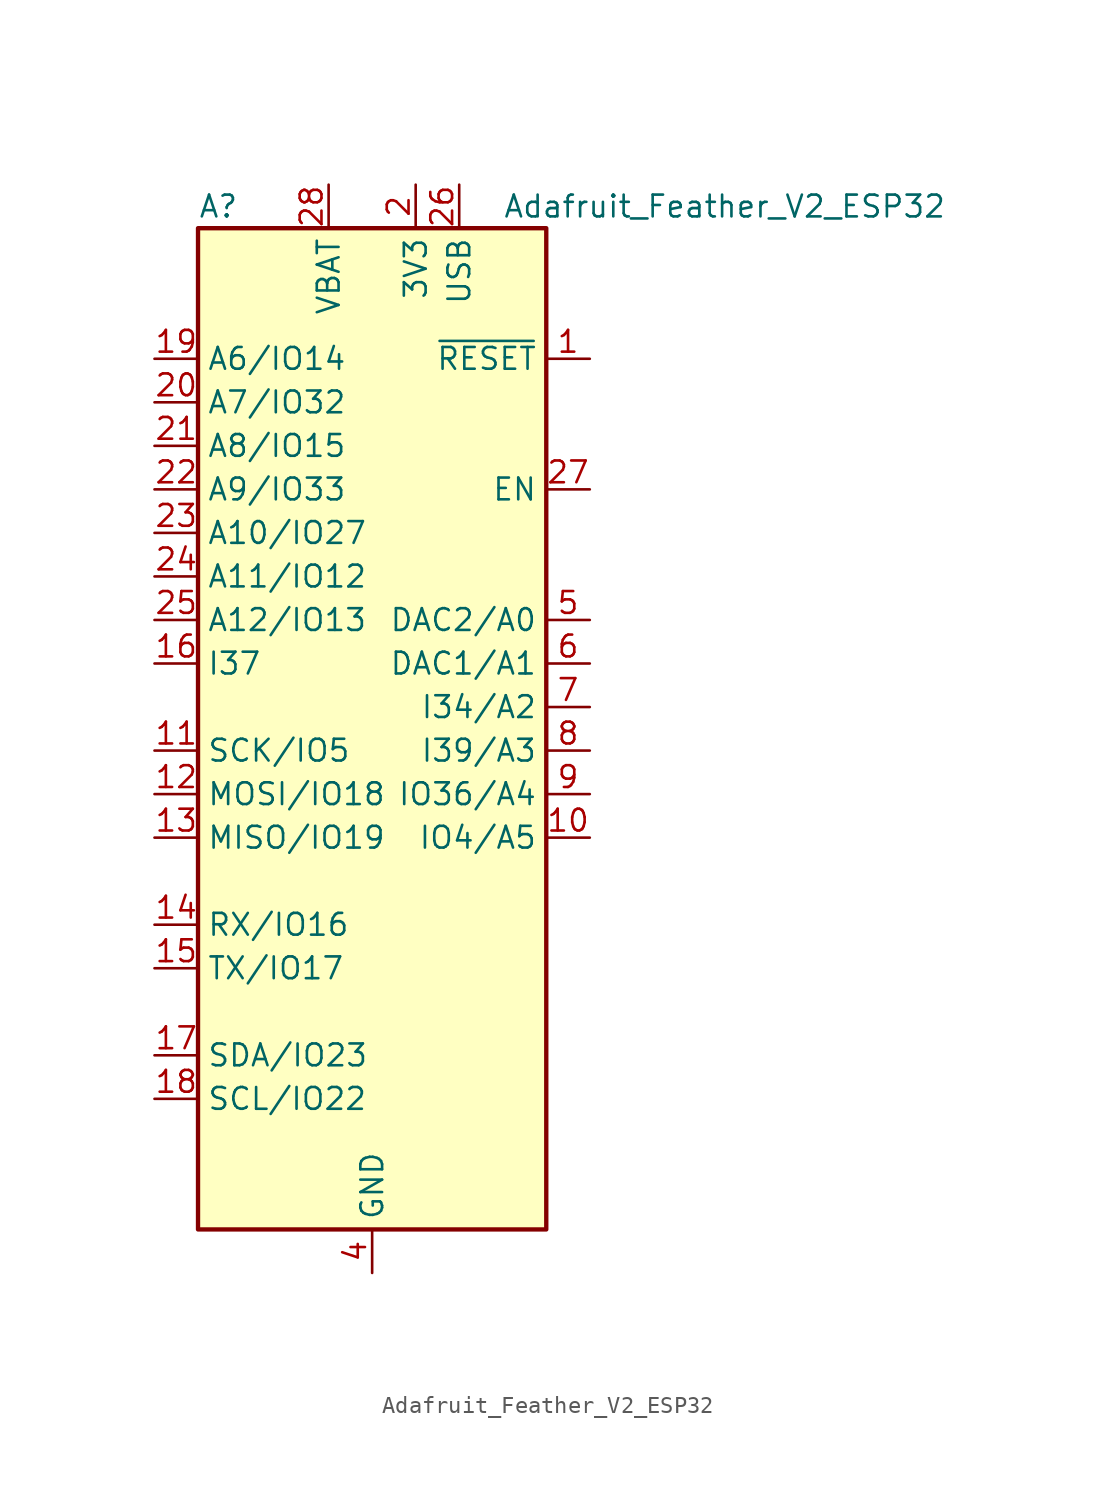
<source format=kicad_sym>
(kicad_symbol_lib
  (version 20211014)
  (generator kicad_symbol_editor)
  (symbol "Adafruit_Feather_V2_ESP32"
    (property "Reference" "A"
      (at -10.16 29.21 0)
      (effects (font (size 1.27 1.27)) (justify left)))
    (property "Value" "Adafruit_Feather_V2_ESP32"
      (at 7.62 29.21 0)
      (effects (font (size 1.27 1.27)) (justify left)))
    (symbol "Adafruit_Feather_V2_ESP32_0_1"
      (rectangle (start -10.16 27.94) (end 10.16 -30.48) (stroke (width 0.254) (type default) (color 0 0 0 0)) (fill (type background))))
    (symbol "Adafruit_Feather_V2_ESP32_1_1"
      (pin input line (at 12.7 20.32 180) (length 2.54) (name "~{RESET}" (effects (font (size 1.27 1.27)))) (number "1" (effects (font (size 1.27 1.27)))))
      (pin bidirectional line (at 12.7 -7.62 180) (length 2.54) (name "IO4/A5" (effects (font (size 1.27 1.27)))) (number "10" (effects (font (size 1.27 1.27)))))
      (pin bidirectional line (at -12.7 -2.54 0) (length 2.54) (name "SCK/IO5" (effects (font (size 1.27 1.27)))) (number "11" (effects (font (size 1.27 1.27)))))
      (pin bidirectional line (at -12.7 -5.08 0) (length 2.54) (name "MOSI/IO18" (effects (font (size 1.27 1.27)))) (number "12" (effects (font (size 1.27 1.27)))))
      (pin bidirectional line (at -12.7 -7.62 0) (length 2.54) (name "MISO/IO19" (effects (font (size 1.27 1.27)))) (number "13" (effects (font (size 1.27 1.27)))))
      (pin bidirectional line (at -12.7 -12.7 0) (length 2.54) (name "RX/IO16" (effects (font (size 1.27 1.27)))) (number "14" (effects (font (size 1.27 1.27)))))
      (pin bidirectional line (at -12.7 -15.24 0) (length 2.54) (name "TX/IO17" (effects (font (size 1.27 1.27)))) (number "15" (effects (font (size 1.27 1.27)))))
      (pin bidirectional line (at -12.7 2.54 0) (length 2.54) (name "I37" (effects (font (size 1.27 1.27)))) (number "16" (effects (font (size 1.27 1.27)))))
      (pin bidirectional line (at -12.7 -20.32 0) (length 2.54) (name "SDA/IO23" (effects (font (size 1.27 1.27)))) (number "17" (effects (font (size 1.27 1.27)))))
      (pin bidirectional line (at -12.7 -22.86 0) (length 2.54) (name "SCL/IO22" (effects (font (size 1.27 1.27)))) (number "18" (effects (font (size 1.27 1.27)))))
      (pin bidirectional line (at -12.7 20.32 0) (length 2.54) (name "A6/IO14" (effects (font (size 1.27 1.27)))) (number "19" (effects (font (size 1.27 1.27)))))
      (pin power_in line (at 2.54 30.48 270) (length 2.54) (name "3V3" (effects (font (size 1.27 1.27)))) (number "2" (effects (font (size 1.27 1.27)))))
      (pin bidirectional line (at -12.7 17.78 0) (length 2.54) (name "A7/IO32" (effects (font (size 1.27 1.27)))) (number "20" (effects (font (size 1.27 1.27)))))
      (pin bidirectional line (at -12.7 15.24 0) (length 2.54) (name "A8/IO15" (effects (font (size 1.27 1.27)))) (number "21" (effects (font (size 1.27 1.27)))))
      (pin bidirectional line (at -12.7 12.7 0) (length 2.54) (name "A9/IO33" (effects (font (size 1.27 1.27)))) (number "22" (effects (font (size 1.27 1.27)))))
      (pin bidirectional line (at -12.7 10.16 0) (length 2.54) (name "A10/IO27" (effects (font (size 1.27 1.27)))) (number "23" (effects (font (size 1.27 1.27)))))
      (pin bidirectional line (at -12.7 7.62 0) (length 2.54) (name "A11/IO12" (effects (font (size 1.27 1.27)))) (number "24" (effects (font (size 1.27 1.27)))))
      (pin bidirectional line (at -12.7 5.08 0) (length 2.54) (name "A12/IO13" (effects (font (size 1.27 1.27)))) (number "25" (effects (font (size 1.27 1.27)))))
      (pin power_in line (at 5.08 30.48 270) (length 2.54) (name "USB" (effects (font (size 1.27 1.27)))) (number "26" (effects (font (size 1.27 1.27)))))
      (pin input line (at 12.7 12.7 180) (length 2.54) (name "EN" (effects (font (size 1.27 1.27)))) (number "27" (effects (font (size 1.27 1.27)))))
      (pin power_in line (at -2.54 30.48 270) (length 2.54) (name "VBAT" (effects (font (size 1.27 1.27)))) (number "28" (effects (font (size 1.27 1.27)))))
      (pin no_connect line (at 10.16 10.16 180) (length 2.54) hide (name "NC" (effects (font (size 1.27 1.27)))) (number "3" (effects (font (size 1.27 1.27)))))
      (pin power_in line (at 0 -33.02 90) (length 2.54) (name "GND" (effects (font (size 1.27 1.27)))) (number "4" (effects (font (size 1.27 1.27)))))
      (pin bidirectional line (at 12.7 5.08 180) (length 2.54) (name "DAC2/A0" (effects (font (size 1.27 1.27)))) (number "5" (effects (font (size 1.27 1.27)))))
      (pin bidirectional line (at 12.7 2.54 180) (length 2.54) (name "DAC1/A1" (effects (font (size 1.27 1.27)))) (number "6" (effects (font (size 1.27 1.27)))))
      (pin bidirectional line (at 12.7 0 180) (length 2.54) (name "I34/A2" (effects (font (size 1.27 1.27)))) (number "7" (effects (font (size 1.27 1.27)))))
      (pin bidirectional line (at 12.7 -2.54 180) (length 2.54) (name "I39/A3" (effects (font (size 1.27 1.27)))) (number "8" (effects (font (size 1.27 1.27)))))
      (pin bidirectional line (at 12.7 -5.08 180) (length 2.54) (name "IO36/A4" (effects (font (size 1.27 1.27)))) (number "9" (effects (font (size 1.27 1.27))))))))
</source>
